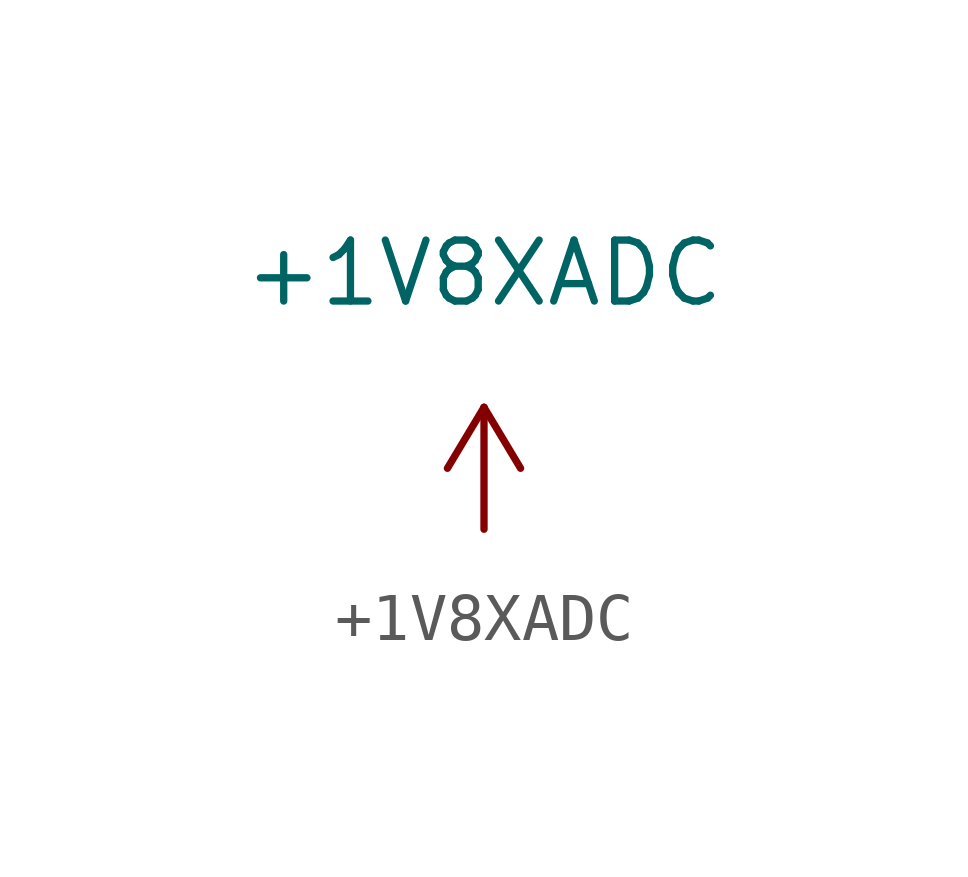
<source format=kicad_sym>
(kicad_symbol_lib
  (version 20220914)
  (generator kicad_symbol_editor)
  (symbol "+1V8XADC"
    (power)
    (pin_names
      (offset 0))
    (property "Reference" "#PWR1V8XADC"
      (at 0 -3.81 0)
      (effects (font (size 1.27 1.27)) hide))
    (property "Value" "+1V8XADC"
      (at 0 5.334 0)
      (effects (font (size 1.27 1.27))))
    (symbol "+1V8XADC_0_1"
      (polyline (pts (xy -0.762 1.27) (xy 0 2.54)) (stroke (width 0) (type default)) (fill (type none)))
      (polyline (pts (xy 0 0) (xy 0 2.54)) (stroke (width 0) (type default)) (fill (type none)))
      (polyline (pts (xy 0 2.54) (xy 0.762 1.27)) (stroke (width 0) (type default)) (fill (type none))))
    (symbol "+1V8XADC_1_1"
      (pin power_in line (at 0 0 90) (length 0) hide (name "+1V8_XADC" (effects (font (size 1.27 1.27)))) (number "1" (effects (font (size 1.27 1.27))))))))
</source>
